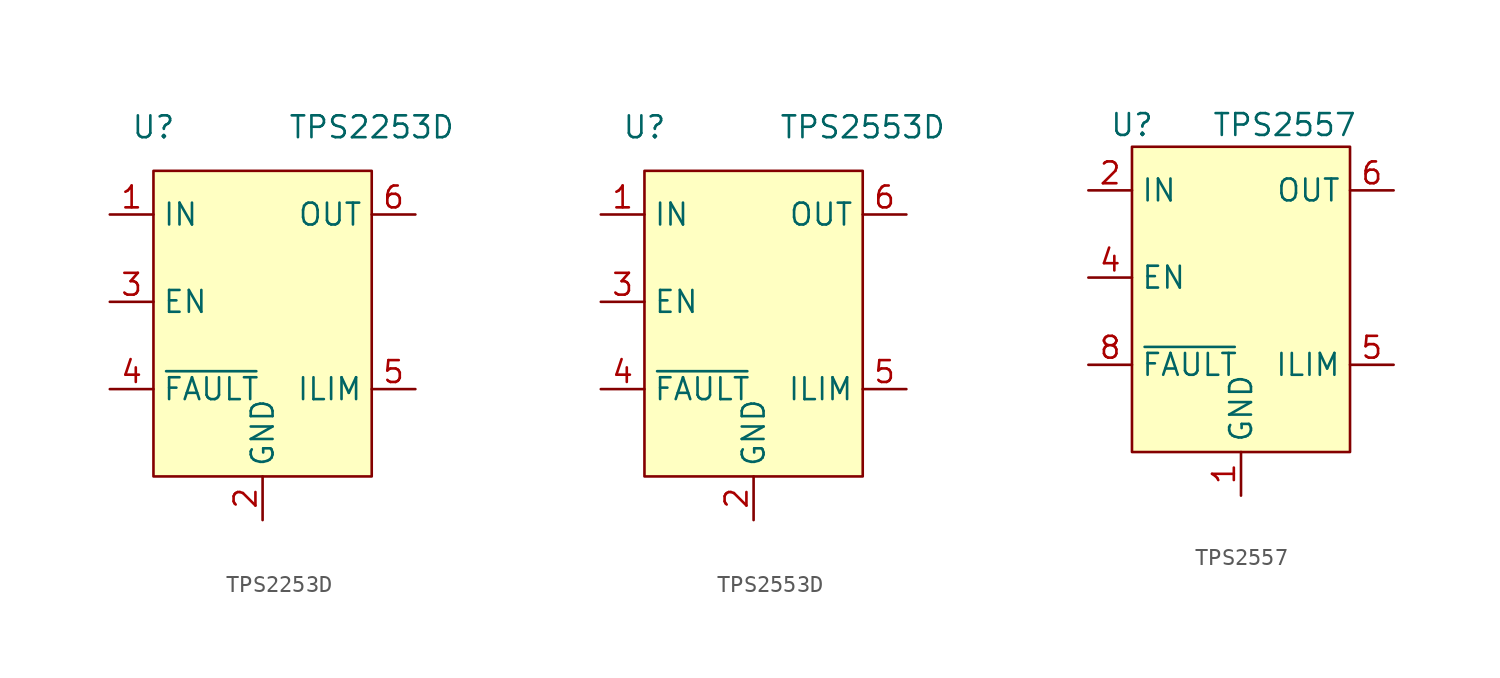
<source format=kicad_sym>
(kicad_symbol_lib
  (version 20220914)
  (generator kicad_symbol_editor)
  (symbol "TPS2253D"
    (property "Reference" "U"
      (at -5.08 2.54 0)
      (effects (font (size 1.27 1.27))))
    (property "Value" "TPS2253D"
      (at 7.62 2.54 0)
      (effects (font (size 1.27 1.27))))
    (symbol "TPS2253D_1_1"
      (rectangle (start -5.08 0) (end 7.62 -17.78) (stroke (width 0) (type default)) (fill (type background)))
      (pin power_in line (at -7.62 -2.54 0) (length 2.54) (name "IN" (effects (font (size 1.27 1.27)))) (number "1" (effects (font (size 1.27 1.27)))))
      (pin power_in line (at 1.27 -20.32 90) (length 2.54) (name "GND" (effects (font (size 1.27 1.27)))) (number "2" (effects (font (size 1.27 1.27)))))
      (pin input line (at -7.62 -7.62 0) (length 2.54) (name "EN" (effects (font (size 1.27 1.27)))) (number "3" (effects (font (size 1.27 1.27)))))
      (pin power_in line (at -7.62 -12.7 0) (length 2.54) (name "~{FAULT}" (effects (font (size 1.27 1.27)))) (number "4" (effects (font (size 1.27 1.27)))))
      (pin output line (at 10.16 -12.7 180) (length 2.54) (name "ILIM" (effects (font (size 1.27 1.27)))) (number "5" (effects (font (size 1.27 1.27)))))
      (pin power_out line (at 10.16 -2.54 180) (length 2.54) (name "OUT" (effects (font (size 1.27 1.27)))) (number "6" (effects (font (size 1.27 1.27)))))
      (pin power_in line (at 1.27 -20.32 90) (length 2.54) hide (name "GND" (effects (font (size 1.27 1.27)))) (number "EP" (effects (font (size 1.27 1.27)))))))
  (symbol "TPS2553D"
    (property "Reference" "U"
      (at -5.08 2.54 0)
      (effects (font (size 1.27 1.27))))
    (property "Value" "TPS2553D"
      (at 7.62 2.54 0)
      (effects (font (size 1.27 1.27))))
    (symbol "TPS2553D_1_1"
      (rectangle (start -5.08 0) (end 7.62 -17.78) (stroke (width 0) (type default)) (fill (type background)))
      (pin power_in line (at -7.62 -2.54 0) (length 2.54) (name "IN" (effects (font (size 1.27 1.27)))) (number "1" (effects (font (size 1.27 1.27)))))
      (pin power_in line (at 1.27 -20.32 90) (length 2.54) (name "GND" (effects (font (size 1.27 1.27)))) (number "2" (effects (font (size 1.27 1.27)))))
      (pin input line (at -7.62 -7.62 0) (length 2.54) (name "EN" (effects (font (size 1.27 1.27)))) (number "3" (effects (font (size 1.27 1.27)))))
      (pin power_in line (at -7.62 -12.7 0) (length 2.54) (name "~{FAULT}" (effects (font (size 1.27 1.27)))) (number "4" (effects (font (size 1.27 1.27)))))
      (pin output line (at 10.16 -12.7 180) (length 2.54) (name "ILIM" (effects (font (size 1.27 1.27)))) (number "5" (effects (font (size 1.27 1.27)))))
      (pin power_out line (at 10.16 -2.54 180) (length 2.54) (name "OUT" (effects (font (size 1.27 1.27)))) (number "6" (effects (font (size 1.27 1.27)))))
      (pin power_in line (at 1.27 -20.32 90) (length 2.54) hide (name "GND" (effects (font (size 1.27 1.27)))) (number "EP" (effects (font (size 1.27 1.27)))))))
  (symbol "TPS2557"
    (property "Reference" "U"
      (at -6.35 5.08 0)
      (effects (font (size 1.27 1.27))))
    (property "Value" "TPS2557"
      (at 2.54 5.08 0)
      (effects (font (size 1.27 1.27))))
    (symbol "TPS2557_1_1"
      (rectangle (start -6.35 3.81) (end 6.35 -13.97) (stroke (width 0) (type default)) (fill (type background)))
      (pin power_in line (at 0 -16.51 90) (length 2.54) (name "GND" (effects (font (size 1.27 1.27)))) (number "1" (effects (font (size 1.27 1.27)))))
      (pin power_in line (at -8.89 1.27 0) (length 2.54) (name "IN" (effects (font (size 1.27 1.27)))) (number "2" (effects (font (size 1.27 1.27)))))
      (pin power_in line (at -8.89 1.27 0) (length 2.54) hide (name "IN" (effects (font (size 1.27 1.27)))) (number "3" (effects (font (size 1.27 1.27)))))
      (pin input line (at -8.89 -3.81 0) (length 2.54) (name "EN" (effects (font (size 1.27 1.27)))) (number "4" (effects (font (size 1.27 1.27)))))
      (pin output line (at 8.89 -8.89 180) (length 2.54) (name "ILIM" (effects (font (size 1.27 1.27)))) (number "5" (effects (font (size 1.27 1.27)))))
      (pin power_out line (at 8.89 1.27 180) (length 2.54) (name "OUT" (effects (font (size 1.27 1.27)))) (number "6" (effects (font (size 1.27 1.27)))))
      (pin power_out line (at 8.89 1.27 180) (length 2.54) hide (name "OUT" (effects (font (size 1.27 1.27)))) (number "7" (effects (font (size 1.27 1.27)))))
      (pin power_in line (at -8.89 -8.89 0) (length 2.54) (name "~{FAULT}" (effects (font (size 1.27 1.27)))) (number "8" (effects (font (size 1.27 1.27)))))
      (pin power_in line (at 0 -16.51 90) (length 2.54) hide (name "GND" (effects (font (size 1.27 1.27)))) (number "9" (effects (font (size 1.27 1.27))))))))
</source>
